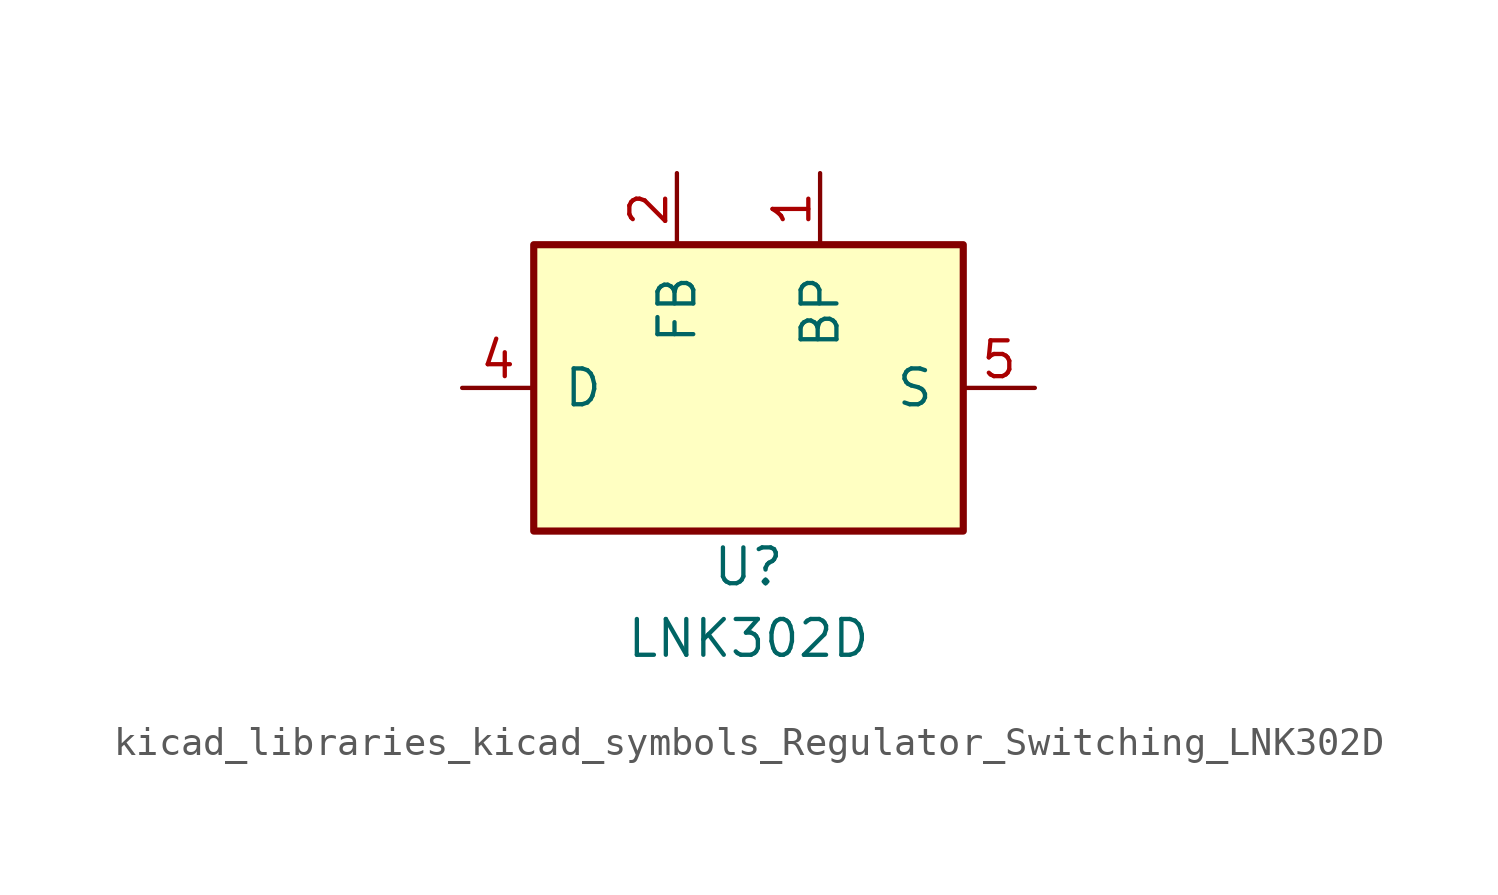
<source format=kicad_sym>
(kicad_symbol_lib
  (version 20220914)
  (generator kicad_symbol_editor)
  (symbol "kicad_libraries_kicad_symbols_Regulator_Switching_LNK302D"
    (pin_names
      (offset 1.016))
    (property "Reference" "U"
      (at 0 -6.35 0)
      (effects (font (size 1.27 1.27))))
    (property "Value" "LNK302D"
      (at 0 -8.89 0)
      (effects (font (size 1.27 1.27))))
    (symbol "kicad_libraries_kicad_symbols_Regulator_Switching_LNK302D_0_1"
      (rectangle (start -7.62 5.08) (end 7.62 -5.08) (stroke (width 0.254) (type default)) (fill (type background))))
    (symbol "kicad_libraries_kicad_symbols_Regulator_Switching_LNK302D_1_1"
      (pin input line (at 2.54 7.62 270) (length 2.54) (name "BP" (effects (font (size 1.27 1.27)))) (number "1" (effects (font (size 1.27 1.27)))))
      (pin input line (at -2.54 7.62 270) (length 2.54) (name "FB" (effects (font (size 1.27 1.27)))) (number "2" (effects (font (size 1.27 1.27)))))
      (pin open_collector line (at -10.16 0 0) (length 2.54) (name "D" (effects (font (size 1.27 1.27)))) (number "4" (effects (font (size 1.27 1.27)))))
      (pin power_in line (at 10.16 0 180) (length 2.54) (name "S" (effects (font (size 1.27 1.27)))) (number "5" (effects (font (size 1.27 1.27)))))
      (pin passive line (at 10.16 0 180) (length 2.54) hide (name "S" (effects (font (size 1.27 1.27)))) (number "6" (effects (font (size 1.27 1.27)))))
      (pin passive line (at 10.16 0 180) (length 2.54) hide (name "S" (effects (font (size 1.27 1.27)))) (number "7" (effects (font (size 1.27 1.27)))))
      (pin passive line (at 10.16 0 180) (length 2.54) hide (name "S" (effects (font (size 1.27 1.27)))) (number "8" (effects (font (size 1.27 1.27))))))))
</source>
